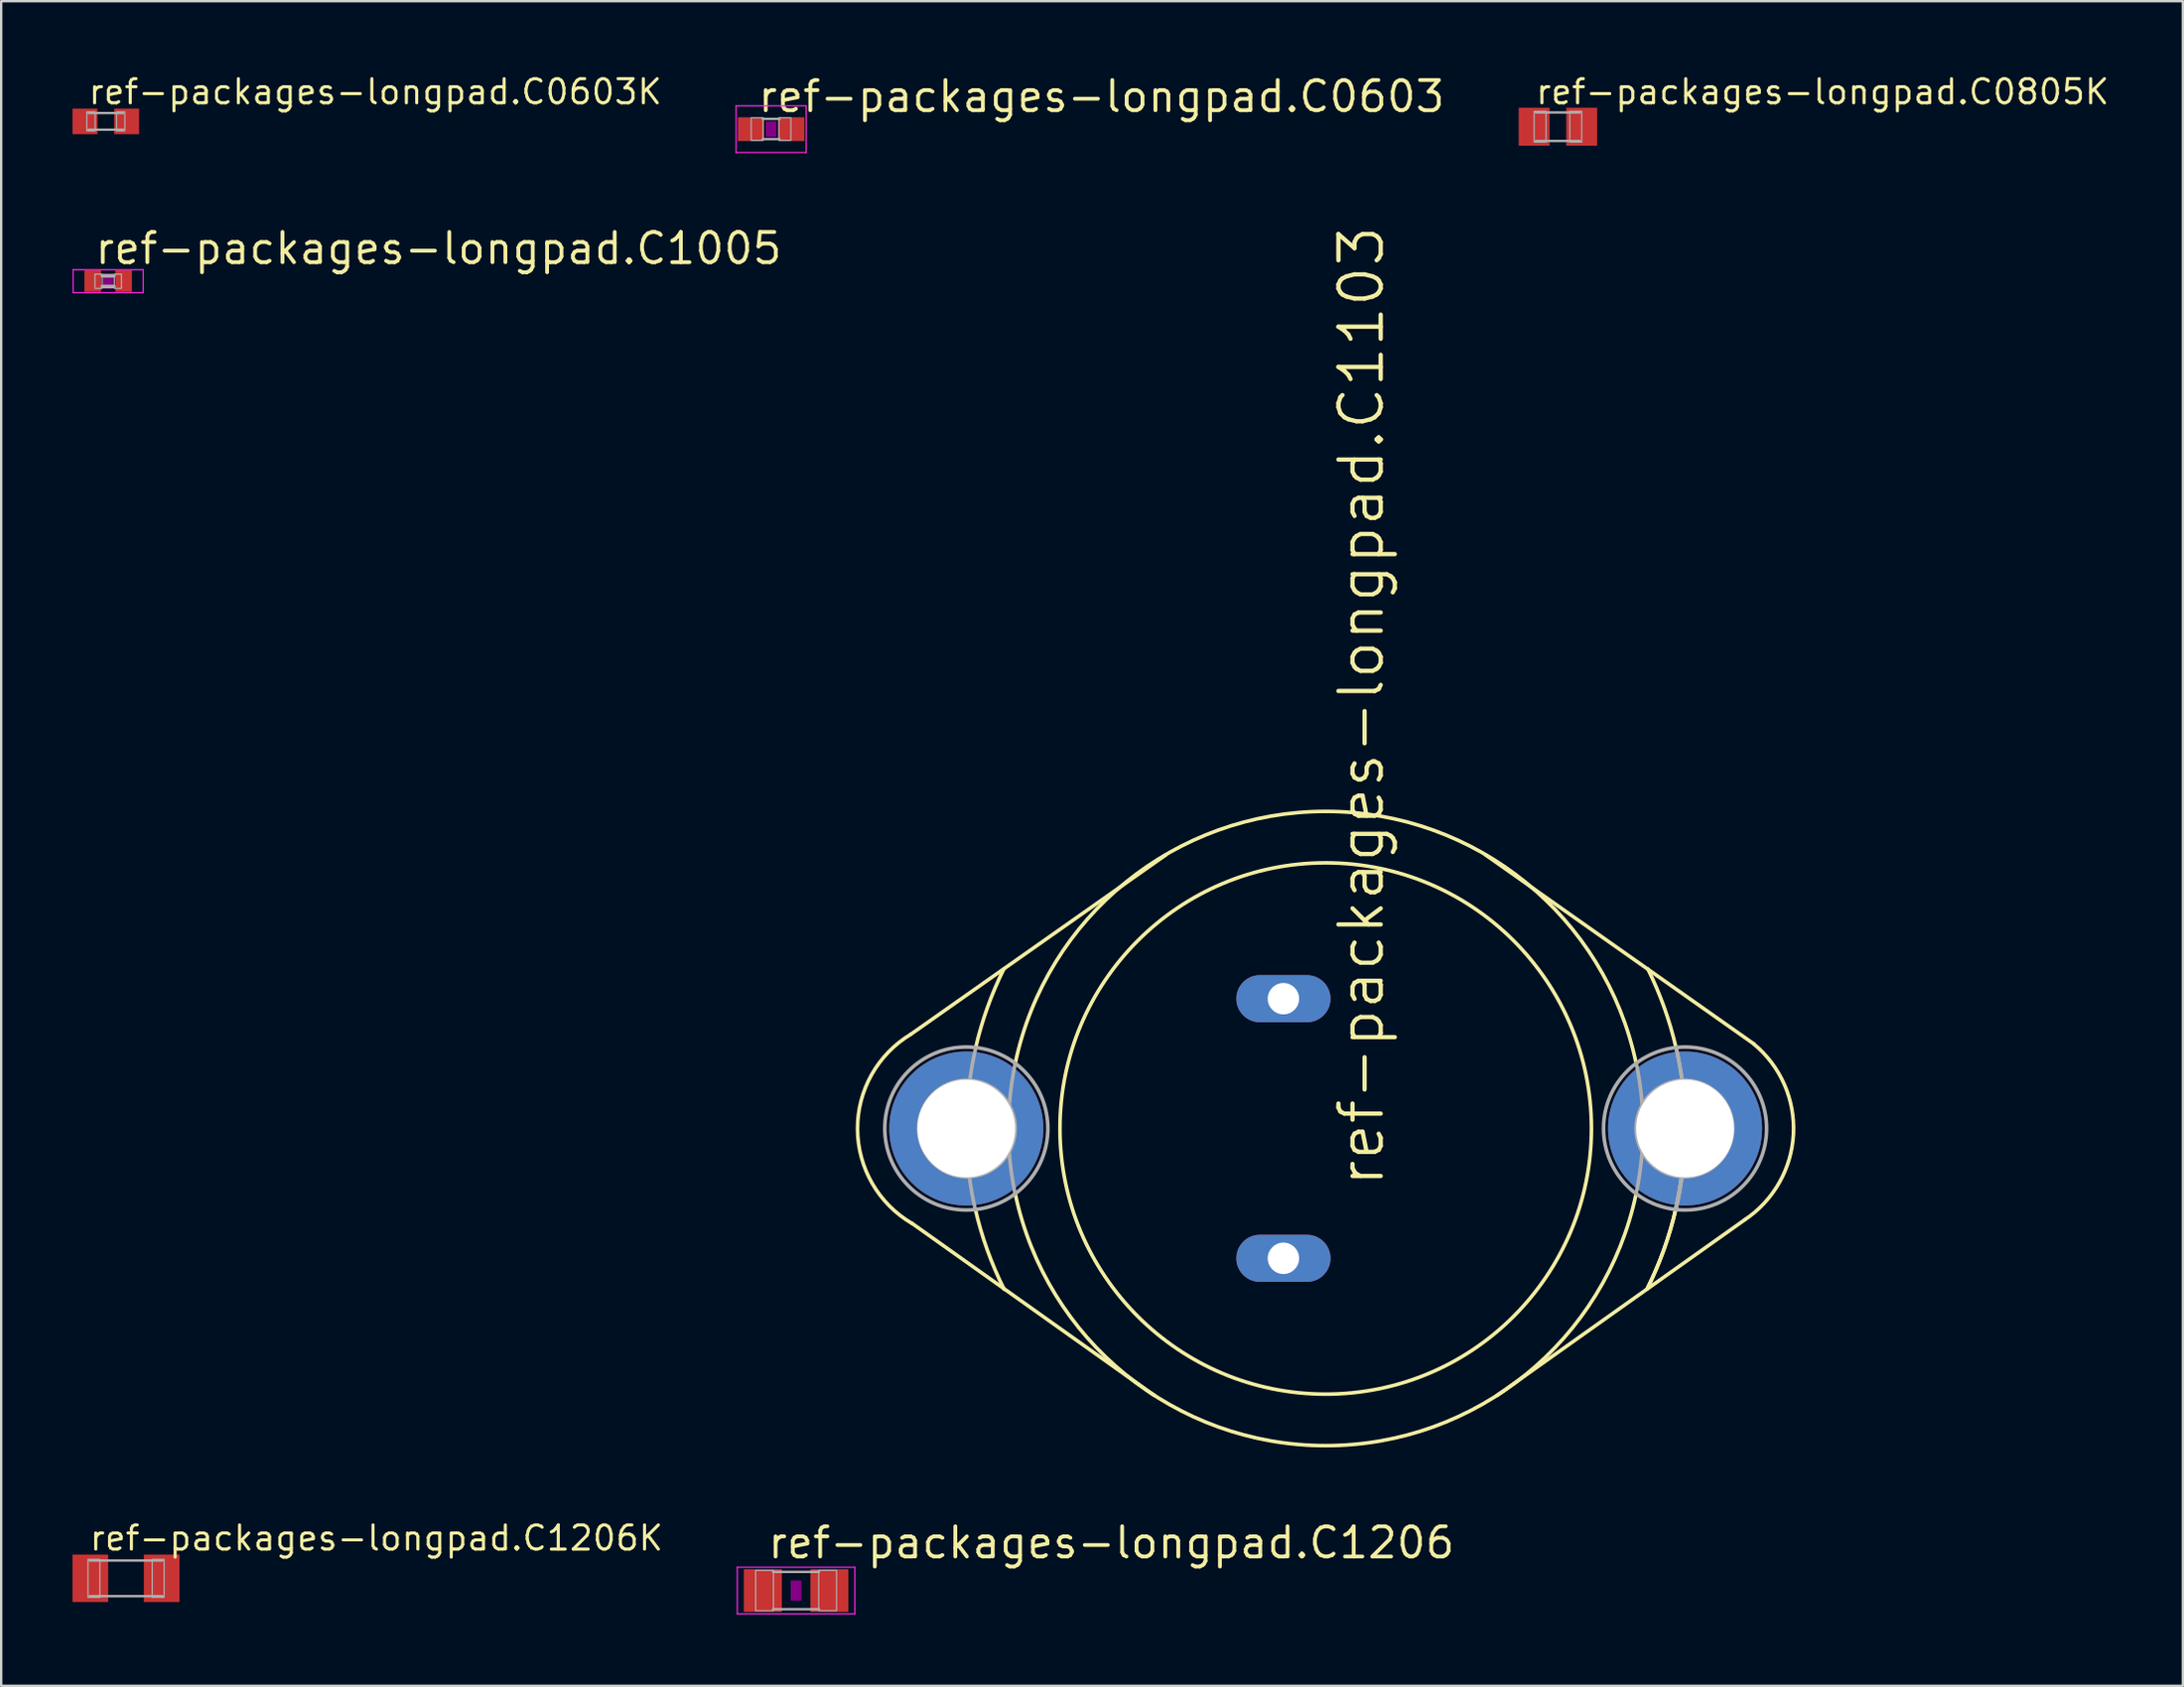
<source format=kicad_pcb>
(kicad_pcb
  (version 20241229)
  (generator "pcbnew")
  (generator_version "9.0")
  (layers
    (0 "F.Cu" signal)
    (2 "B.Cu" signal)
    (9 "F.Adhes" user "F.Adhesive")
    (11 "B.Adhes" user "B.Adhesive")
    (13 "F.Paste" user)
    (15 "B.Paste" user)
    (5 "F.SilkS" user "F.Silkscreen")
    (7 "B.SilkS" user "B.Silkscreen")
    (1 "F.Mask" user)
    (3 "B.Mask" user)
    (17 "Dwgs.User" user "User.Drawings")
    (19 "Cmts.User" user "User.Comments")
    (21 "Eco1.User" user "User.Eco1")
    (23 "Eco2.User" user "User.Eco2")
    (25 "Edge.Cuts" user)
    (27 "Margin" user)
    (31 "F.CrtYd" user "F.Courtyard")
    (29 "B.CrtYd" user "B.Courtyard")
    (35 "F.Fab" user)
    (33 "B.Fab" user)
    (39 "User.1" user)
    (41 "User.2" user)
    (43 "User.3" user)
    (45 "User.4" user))
  (footprint "ref-packages-longpad.C0603K"
    (layer "F.Cu")
    (at 1.4 2.056)
    (property "Reference" "ref-packages-longpad.C0603K" (at -0.8 -0.65 0) (layer "F.SilkS") (effects (font (size 1.016 1.016) (thickness 0.13)) (justify left bottom)))
    (attr smd)
    (fp_line (start -0.725 -0.35) (end 0.725 -0.35) (stroke (width 0.102) (type default)) (layer "F.Fab"))
    (fp_line (start 0.725 0.35) (end -0.725 0.35) (stroke (width 0.102) (type default)) (layer "F.Fab"))
    (fp_rect (start -0.8 0.4) (end -0.45 -0.4) (stroke (width 0.05) (type default)) (fill no) (layer "F.Fab"))
    (fp_rect (start 0.45 0.4) (end 0.8 -0.4) (stroke (width 0.05) (type default)) (fill no) (layer "F.Fab"))
    (pad "1" smd roundrect (at -0.875 0) (size 1.05 1.08) (layers "F.Cu" "F.Mask" "F.Paste") (roundrect_rratio 0.01))
    (pad "2" smd roundrect (at 0.875 0) (size 1.05 1.08) (layers "F.Cu" "F.Mask" "F.Paste") (roundrect_rratio 0.01)))
  (footprint "ref-packages-longpad.C1206K"
    (layer "F.Cu")
    (at 2.25 63.347)
    (property "Reference" "ref-packages-longpad.C1206K" (at -1.6 -1.1 0) (layer "F.SilkS") (effects (font (size 1.016 1.016) (thickness 0.13)) (justify left bottom)))
    (attr smd)
    (fp_line (start -1.525 -0.75) (end 1.525 -0.75) (stroke (width 0.102) (type default)) (layer "F.Fab"))
    (fp_line (start 1.525 0.75) (end -1.525 0.75) (stroke (width 0.102) (type default)) (layer "F.Fab"))
    (fp_rect (start -1.6 0.8) (end -1.1 -0.8) (stroke (width 0.05) (type default)) (fill no) (layer "F.Fab"))
    (fp_rect (start 1.1 0.8) (end 1.6 -0.8) (stroke (width 0.05) (type default)) (fill no) (layer "F.Fab"))
    (pad "1" smd roundrect (at -1.5 0) (size 1.5 2) (layers "F.Cu" "F.Mask" "F.Paste") (roundrect_rratio 0.01))
    (pad "2" smd roundrect (at 1.5 0) (size 1.5 2) (layers "F.Cu" "F.Mask" "F.Paste") (roundrect_rratio 0.01)))
  (footprint "ref-packages-longpad.C1103"
    (layer "F.Cu")
    (at 52.701 44.424)
    (property "Reference" "ref-packages-longpad.C1103" (at 2.54 2.54 90) (layer "F.SilkS") (effects (font (size 1.778 1.778) (thickness 0.18)) (justify left bottom)))
    (attr through_hole)
    (fp_line (start -17.45 -3.962) (end -6.731 -11.506) (stroke (width 0.152) (type default)) (layer "F.SilkS"))
    (fp_line (start -17.399 3.988) (end -7.214 11.227) (stroke (width 0.152) (type default)) (layer "F.SilkS"))
    (fp_line (start 17.628 3.835) (end 7.214 11.227) (stroke (width 0.152) (type default)) (layer "F.SilkS"))
    (fp_line (start 18.009 -3.556) (end 6.731 -11.506) (stroke (width 0.152) (type default)) (layer "F.SilkS"))
    (fp_arc (start -17.4011 3.9914) (mid -19.688287 0.028355) (end -17.4498 -3.9624) (stroke (width 0.1524) (type default)) (layer "F.SilkS"))
    (fp_arc (start -14.7201 -3.4009) (mid -14.225441 -5.087688) (end -13.5382 -6.7056) (stroke (width 0.1524) (type default)) (layer "F.SilkS"))
    (fp_arc (start -13.5238 6.7619) (mid -14.227336 5.118524) (end -14.732 3.4036) (stroke (width 0.1524) (type default)) (layer "F.SilkS"))
    (fp_arc (start -13.0556 -2.7432) (mid 0 -13.340684) (end 13.0556 -2.7432) (stroke (width 0.1524) (type default)) (layer "F.SilkS"))
    (fp_arc (start 13.0556 2.7432) (mid 0 13.340684) (end -13.0556 2.7432) (stroke (width 0.1524) (type default)) (layer "F.SilkS"))
    (fp_arc (start 13.5491 -6.711) (mid 14.23692 -5.091767) (end 14.732 -3.4036) (stroke (width 0.1524) (type default)) (layer "F.SilkS"))
    (fp_arc (start 14.72 3.4008) (mid 14.215758 5.114345) (end 13.5128 6.7564) (stroke (width 0.1524) (type default)) (layer "F.SilkS"))
    (fp_arc (start 14.7201 3.4009) (mid 14.225441 5.087688) (end 13.5382 6.7056) (stroke (width 0.1524) (type default)) (layer "F.SilkS"))
    (fp_arc (start 18.0062 -3.5531) (mid 19.670438 0.236129) (end 17.6276 3.8354) (stroke (width 0.1524) (type default)) (layer "F.SilkS"))
    (fp_circle (center 0 0) (end 11.176 0) (stroke (width 0.152) (type default)) (fill no) (layer "F.SilkS"))
    (fp_arc (start -14.9661 -2.0293) (mid -14.863228 -2.680907) (end -14.732 -3.3274) (stroke (width 0.1524) (type default)) (layer "F.Fab"))
    (fp_arc (start -14.735 3.4043) (mid -14.876332 2.721046) (end -14.986 2.032) (stroke (width 0.1524) (type default)) (layer "F.Fab"))
    (fp_arc (start -13.3039 -0.9902) (mid -13.208863 -1.870824) (end -13.0556 -2.7432) (stroke (width 0.1524) (type default)) (layer "F.Fab"))
    (fp_arc (start -13.0612 2.7444) (mid -13.214527 1.871625) (end -13.3096 0.9906) (stroke (width 0.1524) (type default)) (layer "F.Fab"))
    (fp_arc (start 13.0612 -2.7444) (mid 13.214527 -1.871625) (end 13.3096 -0.9906) (stroke (width 0.1524) (type default)) (layer "F.Fab"))
    (fp_arc (start 13.3039 0.9902) (mid 13.208863 1.870824) (end 13.0556 2.7432) (stroke (width 0.1524) (type default)) (layer "F.Fab"))
    (fp_arc (start 14.735 -3.4043) (mid 14.876332 -2.721046) (end 14.986 -2.032) (stroke (width 0.1524) (type default)) (layer "F.Fab"))
    (fp_arc (start 14.7515 -3.3318) (mid 14.882947 -2.684461) (end 14.986 -2.032) (stroke (width 0.1524) (type default)) (layer "F.Fab"))
    (fp_arc (start 14.9661 2.0293) (mid 14.863228 2.680907) (end 14.732 3.3274) (stroke (width 0.1524) (type default)) (layer "F.Fab"))
    (fp_arc (start 14.9661 2.0293) (mid 14.863228 2.680907) (end 14.732 3.3274) (stroke (width 0.1524) (type default)) (layer "F.Fab"))
    (fp_arc (start 14.9661 2.0293) (mid 14.863228 2.680907) (end 14.732 3.3274) (stroke (width 0.1524) (type default)) (layer "F.Fab"))
    (fp_arc (start 14.983 2.0316) (mid 14.873329 2.720496) (end 14.732 3.4036) (stroke (width 0.1524) (type default)) (layer "F.Fab"))
    (fp_circle (center -15.113 0) (end -11.684 0) (stroke (width 0.152) (type default)) (fill no) (layer "F.Fab"))
    (fp_circle (center -15.088 0) (end -13.056 0) (stroke (width 0.152) (type default)) (fill no) (layer "F.Fab"))
    (fp_circle (center 15.088 0) (end 17.12 0) (stroke (width 0.152) (type default)) (fill no) (layer "F.Fab"))
    (fp_circle (center 15.113 0) (end 18.542 0) (stroke (width 0.152) (type default)) (fill no) (layer "F.Fab"))
    (pad "A1" thru_hole oval (at -1.778 -5.461) (size 3.962 1.981) (drill 1.321) (layers "*.Cu" "*.Mask"))
    (pad "A2" thru_hole oval (at -1.778 5.461) (size 3.962 1.981) (drill 1.321) (layers "*.Cu" "*.Mask"))
    (pad "C" thru_hole circle (at 15.113 0) (size 6.477 6.477) (drill 4.115) (layers "*.Cu" "*.Mask"))
    (pad "C@1" thru_hole circle (at -15.113 0) (size 6.477 6.477) (drill 4.115) (layers "*.Cu" "*.Mask")))
  (footprint "ref-packages-longpad.C1005"
    (layer "F.Cu")
    (at 1.498 8.778)
    (property "Reference" "ref-packages-longpad.C1005" (at -0.635 -0.635 0) (layer "F.SilkS") (effects (font (size 1.27 1.27) (thickness 0.16)) (justify left bottom)))
    (attr smd)
    (fp_rect (start -0.2 0.3) (end 0.2 -0.3) (stroke (width 0.05) (type default)) (fill yes) (layer "F.Adhes"))
    (fp_line (start -1.473 -0.483) (end 1.473 -0.483) (stroke (width 0.051) (type default)) (layer "F.CrtYd"))
    (fp_line (start -1.473 0.483) (end -1.473 -0.483) (stroke (width 0.051) (type default)) (layer "F.CrtYd"))
    (fp_line (start 1.473 -0.483) (end 1.473 0.483) (stroke (width 0.051) (type default)) (layer "F.CrtYd"))
    (fp_line (start 1.473 0.483) (end -1.473 0.483) (stroke (width 0.051) (type default)) (layer "F.CrtYd"))
    (fp_line (start -0.245 -0.224) (end 0.245 -0.224) (stroke (width 0.152) (type default)) (layer "F.Fab"))
    (fp_line (start 0.245 0.224) (end -0.245 0.224) (stroke (width 0.152) (type default)) (layer "F.Fab"))
    (fp_rect (start -0.554 0.305) (end -0.254 -0.295) (stroke (width 0.05) (type default)) (fill no) (layer "F.Fab"))
    (fp_rect (start 0.259 0.305) (end 0.559 -0.295) (stroke (width 0.05) (type default)) (fill no) (layer "F.Fab"))
    (pad "1" smd roundrect (at -0.65 0) (size 0.7 0.9) (layers "F.Cu" "F.Mask" "F.Paste") (roundrect_rratio 0.01))
    (pad "2" smd roundrect (at 0.65 0) (size 0.7 0.9) (layers "F.Cu" "F.Mask" "F.Paste") (roundrect_rratio 0.01)))
  (footprint "ref-packages-longpad.C0603"
    (layer "F.Cu")
    (at 29.379 2.385)
    (property "Reference" "ref-packages-longpad.C0603" (at -0.635 -0.635 0) (layer "F.SilkS") (effects (font (size 1.27 1.27) (thickness 0.16)) (justify left bottom)))
    (attr smd)
    (fp_rect (start -0.2 0.3) (end 0.2 -0.3) (stroke (width 0.05) (type default)) (fill yes) (layer "F.Adhes"))
    (fp_line (start -1.473 -0.983) (end 1.473 -0.983) (stroke (width 0.051) (type default)) (layer "F.CrtYd"))
    (fp_line (start -1.473 0.983) (end -1.473 -0.983) (stroke (width 0.051) (type default)) (layer "F.CrtYd"))
    (fp_line (start 1.473 -0.983) (end 1.473 0.983) (stroke (width 0.051) (type default)) (layer "F.CrtYd"))
    (fp_line (start 1.473 0.983) (end -1.473 0.983) (stroke (width 0.051) (type default)) (layer "F.CrtYd"))
    (fp_line (start -0.356 -0.432) (end 0.356 -0.432) (stroke (width 0.102) (type default)) (layer "F.Fab"))
    (fp_line (start -0.356 0.419) (end 0.356 0.419) (stroke (width 0.102) (type default)) (layer "F.Fab"))
    (fp_rect (start -0.838 0.47) (end -0.338 -0.48) (stroke (width 0.05) (type default)) (fill no) (layer "F.Fab"))
    (fp_rect (start 0.33 0.47) (end 0.83 -0.48) (stroke (width 0.05) (type default)) (fill no) (layer "F.Fab"))
    (pad "1" smd roundrect (at -0.85 0) (size 1.1 1) (layers "F.Cu" "F.Mask" "F.Paste") (roundrect_rratio 0.01))
    (pad "2" smd roundrect (at 0.85 0) (size 1.1 1) (layers "F.Cu" "F.Mask" "F.Paste") (roundrect_rratio 0.01)))
  (footprint "ref-packages-longpad.C0805K"
    (layer "F.Cu")
    (at 62.467 2.281)
    (property "Reference" "ref-packages-longpad.C0805K" (at -1 -0.875 0) (layer "F.SilkS") (effects (font (size 1.016 1.016) (thickness 0.13)) (justify left bottom)))
    (attr smd)
    (fp_line (start -0.925 -0.6) (end 0.925 -0.6) (stroke (width 0.102) (type default)) (layer "F.Fab"))
    (fp_line (start 0.925 0.6) (end -0.925 0.6) (stroke (width 0.102) (type default)) (layer "F.Fab"))
    (fp_rect (start -1 0.65) (end -0.5 -0.65) (stroke (width 0.05) (type default)) (fill no) (layer "F.Fab"))
    (fp_rect (start 0.5 0.65) (end 1 -0.65) (stroke (width 0.05) (type default)) (fill no) (layer "F.Fab"))
    (pad "1" smd roundrect (at -1 0) (size 1.3 1.6) (layers "F.Cu" "F.Mask" "F.Paste") (roundrect_rratio 0.01))
    (pad "2" smd roundrect (at 1 0) (size 1.3 1.6) (layers "F.Cu" "F.Mask" "F.Paste") (roundrect_rratio 0.01)))
  (footprint "ref-packages-longpad.C1206"
    (layer "F.Cu")
    (at 30.429 63.861)
    (property "Reference" "ref-packages-longpad.C1206" (at -1.27 -1.27 0) (layer "F.SilkS") (effects (font (size 1.27 1.27) (thickness 0.16)) (justify left bottom)))
    (attr smd)
    (fp_rect (start -0.2 0.4) (end 0.2 -0.4) (stroke (width 0.05) (type default)) (fill yes) (layer "F.Adhes"))
    (fp_line (start -2.473 -0.983) (end 2.473 -0.983) (stroke (width 0.051) (type default)) (layer "F.CrtYd"))
    (fp_line (start -2.473 0.983) (end -2.473 -0.983) (stroke (width 0.051) (type default)) (layer "F.CrtYd"))
    (fp_line (start 2.473 -0.983) (end 2.473 0.983) (stroke (width 0.051) (type default)) (layer "F.CrtYd"))
    (fp_line (start 2.473 0.983) (end -2.473 0.983) (stroke (width 0.051) (type default)) (layer "F.CrtYd"))
    (fp_line (start -0.965 -0.787) (end 0.965 -0.787) (stroke (width 0.102) (type default)) (layer "F.Fab"))
    (fp_line (start -0.965 0.787) (end 0.965 0.787) (stroke (width 0.102) (type default)) (layer "F.Fab"))
    (fp_rect (start -1.702 0.851) (end -0.952 -0.849) (stroke (width 0.05) (type default)) (fill no) (layer "F.Fab"))
    (fp_rect (start 0.952 0.849) (end 1.702 -0.851) (stroke (width 0.05) (type default)) (fill no) (layer "F.Fab"))
    (pad "1" smd roundrect (at -1.4 0) (size 1.6 1.8) (layers "F.Cu" "F.Mask" "F.Paste") (roundrect_rratio 0.01))
    (pad "2" smd roundrect (at 1.4 0) (size 1.6 1.8) (layers "F.Cu" "F.Mask" "F.Paste") (roundrect_rratio 0.01)))
  (gr_rect
    (start -3 -3)
    (end 88.748 67.869)
    (stroke (width 0.1) (type default))
    (fill no)
    (layer "Edge.Cuts")))
</source>
